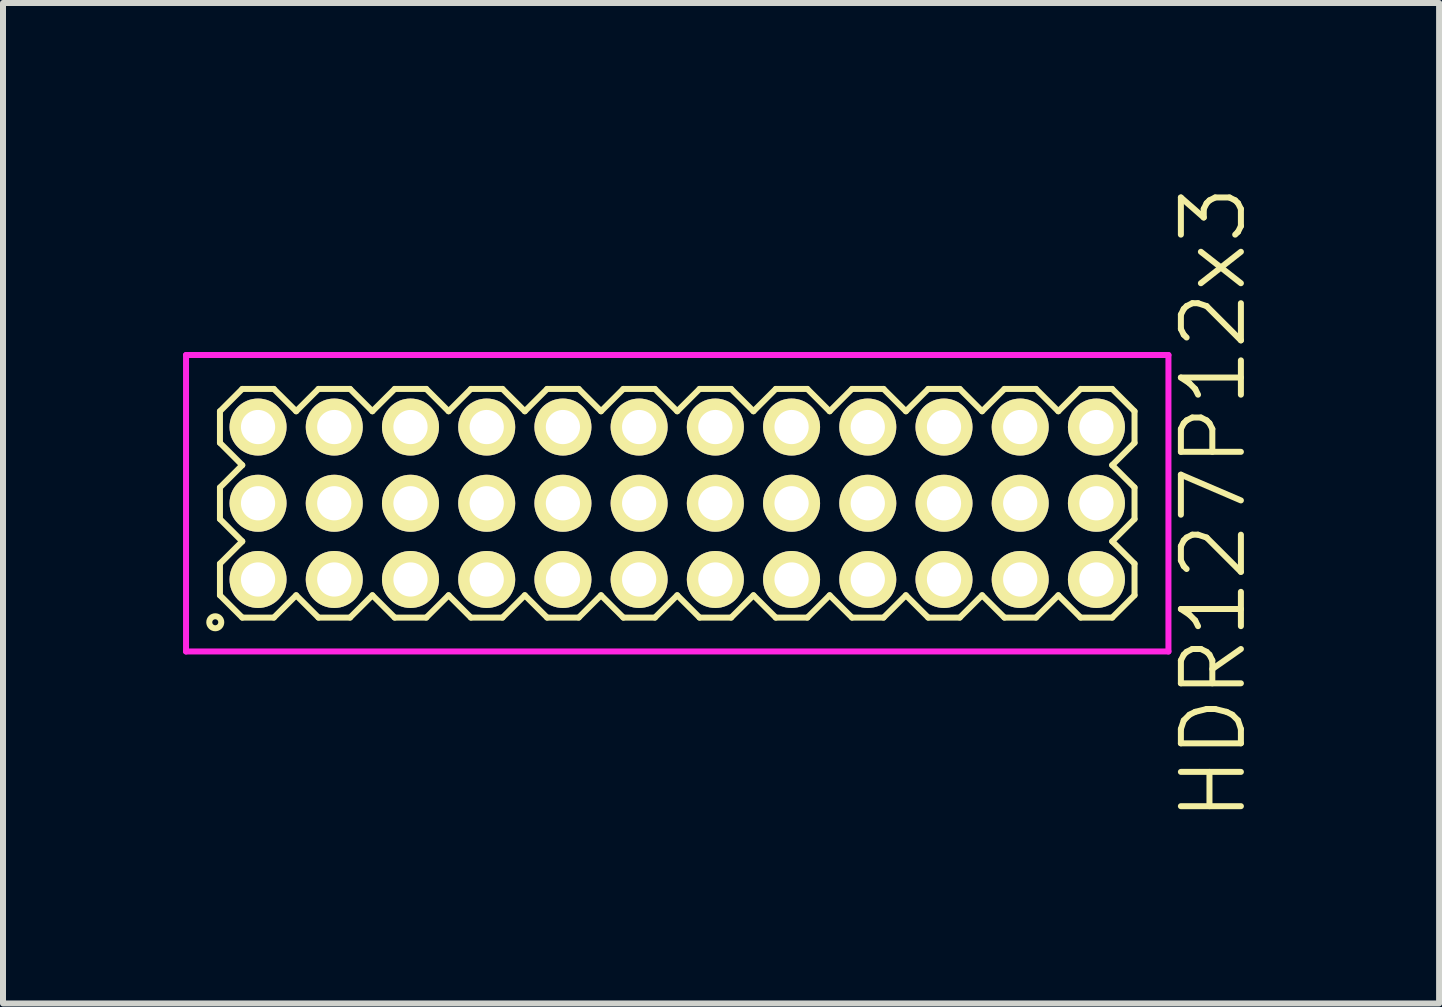
<source format=kicad_pcb>
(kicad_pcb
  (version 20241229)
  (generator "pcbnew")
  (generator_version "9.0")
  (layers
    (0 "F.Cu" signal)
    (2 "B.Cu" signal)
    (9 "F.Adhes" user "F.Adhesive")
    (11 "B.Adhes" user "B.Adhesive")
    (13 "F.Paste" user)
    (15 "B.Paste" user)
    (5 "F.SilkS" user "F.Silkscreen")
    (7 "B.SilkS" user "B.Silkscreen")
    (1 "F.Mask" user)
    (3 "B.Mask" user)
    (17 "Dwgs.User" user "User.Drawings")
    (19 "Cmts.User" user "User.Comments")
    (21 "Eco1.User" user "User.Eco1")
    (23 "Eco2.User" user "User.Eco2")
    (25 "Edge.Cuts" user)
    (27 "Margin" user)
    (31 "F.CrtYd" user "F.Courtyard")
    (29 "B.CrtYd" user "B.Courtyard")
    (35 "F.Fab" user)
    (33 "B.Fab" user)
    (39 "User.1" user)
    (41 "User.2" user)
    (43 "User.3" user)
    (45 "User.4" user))
  (footprint "HDR127P12x3"
    (layer "F.Cu")
    (at 8.235 5.336)
    (property "Reference" "HDR127P12x3" (at 8.935 0 90) (layer "F.SilkS") (effects (font (size 1 1) (thickness 0.1))))
    (attr through_hole)
    (fp_line (start -7.62 -1.533) (end -7.248 -1.905) (stroke (width 0.1) (type solid)) (layer "F.SilkS"))
    (fp_line (start -7.62 -1.007) (end -7.62 -1.533) (stroke (width 0.1) (type solid)) (layer "F.SilkS"))
    (fp_line (start -7.62 -0.263) (end -7.248 -0.635) (stroke (width 0.1) (type solid)) (layer "F.SilkS"))
    (fp_line (start -7.62 0.263) (end -7.62 -0.263) (stroke (width 0.1) (type solid)) (layer "F.SilkS"))
    (fp_line (start -7.62 1.007) (end -7.248 0.635) (stroke (width 0.1) (type solid)) (layer "F.SilkS"))
    (fp_line (start -7.62 1.533) (end -7.62 1.007) (stroke (width 0.1) (type solid)) (layer "F.SilkS"))
    (fp_line (start -7.248 -1.905) (end -6.722 -1.905) (stroke (width 0.1) (type solid)) (layer "F.SilkS"))
    (fp_line (start -7.248 -0.635) (end -7.62 -1.007) (stroke (width 0.1) (type solid)) (layer "F.SilkS"))
    (fp_line (start -7.248 0.635) (end -7.62 0.263) (stroke (width 0.1) (type solid)) (layer "F.SilkS"))
    (fp_line (start -7.248 1.905) (end -7.62 1.533) (stroke (width 0.1) (type solid)) (layer "F.SilkS"))
    (fp_line (start -6.722 -1.905) (end -6.35 -1.533) (stroke (width 0.1) (type solid)) (layer "F.SilkS"))
    (fp_line (start -6.722 1.905) (end -7.248 1.905) (stroke (width 0.1) (type solid)) (layer "F.SilkS"))
    (fp_line (start -6.35 -1.533) (end -5.978 -1.905) (stroke (width 0.1) (type solid)) (layer "F.SilkS"))
    (fp_line (start -6.35 1.533) (end -6.722 1.905) (stroke (width 0.1) (type solid)) (layer "F.SilkS"))
    (fp_line (start -5.978 -1.905) (end -5.452 -1.905) (stroke (width 0.1) (type solid)) (layer "F.SilkS"))
    (fp_line (start -5.978 1.905) (end -6.35 1.533) (stroke (width 0.1) (type solid)) (layer "F.SilkS"))
    (fp_line (start -5.452 -1.905) (end -5.08 -1.533) (stroke (width 0.1) (type solid)) (layer "F.SilkS"))
    (fp_line (start -5.452 1.905) (end -5.978 1.905) (stroke (width 0.1) (type solid)) (layer "F.SilkS"))
    (fp_line (start -5.08 -1.533) (end -4.708 -1.905) (stroke (width 0.1) (type solid)) (layer "F.SilkS"))
    (fp_line (start -5.08 1.533) (end -5.452 1.905) (stroke (width 0.1) (type solid)) (layer "F.SilkS"))
    (fp_line (start -4.708 -1.905) (end -4.182 -1.905) (stroke (width 0.1) (type solid)) (layer "F.SilkS"))
    (fp_line (start -4.708 1.905) (end -5.08 1.533) (stroke (width 0.1) (type solid)) (layer "F.SilkS"))
    (fp_line (start -4.182 -1.905) (end -3.81 -1.533) (stroke (width 0.1) (type solid)) (layer "F.SilkS"))
    (fp_line (start -4.182 1.905) (end -4.708 1.905) (stroke (width 0.1) (type solid)) (layer "F.SilkS"))
    (fp_line (start -3.81 -1.533) (end -3.438 -1.905) (stroke (width 0.1) (type solid)) (layer "F.SilkS"))
    (fp_line (start -3.81 1.533) (end -4.182 1.905) (stroke (width 0.1) (type solid)) (layer "F.SilkS"))
    (fp_line (start -3.438 -1.905) (end -2.912 -1.905) (stroke (width 0.1) (type solid)) (layer "F.SilkS"))
    (fp_line (start -3.438 1.905) (end -3.81 1.533) (stroke (width 0.1) (type solid)) (layer "F.SilkS"))
    (fp_line (start -2.912 -1.905) (end -2.54 -1.533) (stroke (width 0.1) (type solid)) (layer "F.SilkS"))
    (fp_line (start -2.912 1.905) (end -3.438 1.905) (stroke (width 0.1) (type solid)) (layer "F.SilkS"))
    (fp_line (start -2.54 -1.533) (end -2.168 -1.905) (stroke (width 0.1) (type solid)) (layer "F.SilkS"))
    (fp_line (start -2.54 1.533) (end -2.912 1.905) (stroke (width 0.1) (type solid)) (layer "F.SilkS"))
    (fp_line (start -2.168 -1.905) (end -1.642 -1.905) (stroke (width 0.1) (type solid)) (layer "F.SilkS"))
    (fp_line (start -2.168 1.905) (end -2.54 1.533) (stroke (width 0.1) (type solid)) (layer "F.SilkS"))
    (fp_line (start -1.642 -1.905) (end -1.27 -1.533) (stroke (width 0.1) (type solid)) (layer "F.SilkS"))
    (fp_line (start -1.642 1.905) (end -2.168 1.905) (stroke (width 0.1) (type solid)) (layer "F.SilkS"))
    (fp_line (start -1.27 -1.533) (end -0.898 -1.905) (stroke (width 0.1) (type solid)) (layer "F.SilkS"))
    (fp_line (start -1.27 1.533) (end -1.642 1.905) (stroke (width 0.1) (type solid)) (layer "F.SilkS"))
    (fp_line (start -0.898 -1.905) (end -0.372 -1.905) (stroke (width 0.1) (type solid)) (layer "F.SilkS"))
    (fp_line (start -0.898 1.905) (end -1.27 1.533) (stroke (width 0.1) (type solid)) (layer "F.SilkS"))
    (fp_line (start -0.372 -1.905) (end 0 -1.533) (stroke (width 0.1) (type solid)) (layer "F.SilkS"))
    (fp_line (start -0.372 1.905) (end -0.898 1.905) (stroke (width 0.1) (type solid)) (layer "F.SilkS"))
    (fp_line (start 0 -1.533) (end 0.372 -1.905) (stroke (width 0.1) (type solid)) (layer "F.SilkS"))
    (fp_line (start 0 1.533) (end -0.372 1.905) (stroke (width 0.1) (type solid)) (layer "F.SilkS"))
    (fp_line (start 0.372 -1.905) (end 0.898 -1.905) (stroke (width 0.1) (type solid)) (layer "F.SilkS"))
    (fp_line (start 0.372 1.905) (end 0 1.533) (stroke (width 0.1) (type solid)) (layer "F.SilkS"))
    (fp_line (start 0.898 -1.905) (end 1.27 -1.533) (stroke (width 0.1) (type solid)) (layer "F.SilkS"))
    (fp_line (start 0.898 1.905) (end 0.372 1.905) (stroke (width 0.1) (type solid)) (layer "F.SilkS"))
    (fp_line (start 1.27 -1.533) (end 1.642 -1.905) (stroke (width 0.1) (type solid)) (layer "F.SilkS"))
    (fp_line (start 1.27 1.533) (end 0.898 1.905) (stroke (width 0.1) (type solid)) (layer "F.SilkS"))
    (fp_line (start 1.642 -1.905) (end 2.168 -1.905) (stroke (width 0.1) (type solid)) (layer "F.SilkS"))
    (fp_line (start 1.642 1.905) (end 1.27 1.533) (stroke (width 0.1) (type solid)) (layer "F.SilkS"))
    (fp_line (start 2.168 -1.905) (end 2.54 -1.533) (stroke (width 0.1) (type solid)) (layer "F.SilkS"))
    (fp_line (start 2.168 1.905) (end 1.642 1.905) (stroke (width 0.1) (type solid)) (layer "F.SilkS"))
    (fp_line (start 2.54 -1.533) (end 2.912 -1.905) (stroke (width 0.1) (type solid)) (layer "F.SilkS"))
    (fp_line (start 2.54 1.533) (end 2.168 1.905) (stroke (width 0.1) (type solid)) (layer "F.SilkS"))
    (fp_line (start 2.912 -1.905) (end 3.438 -1.905) (stroke (width 0.1) (type solid)) (layer "F.SilkS"))
    (fp_line (start 2.912 1.905) (end 2.54 1.533) (stroke (width 0.1) (type solid)) (layer "F.SilkS"))
    (fp_line (start 3.438 -1.905) (end 3.81 -1.533) (stroke (width 0.1) (type solid)) (layer "F.SilkS"))
    (fp_line (start 3.438 1.905) (end 2.912 1.905) (stroke (width 0.1) (type solid)) (layer "F.SilkS"))
    (fp_line (start 3.81 -1.533) (end 4.182 -1.905) (stroke (width 0.1) (type solid)) (layer "F.SilkS"))
    (fp_line (start 3.81 1.533) (end 3.438 1.905) (stroke (width 0.1) (type solid)) (layer "F.SilkS"))
    (fp_line (start 4.182 -1.905) (end 4.708 -1.905) (stroke (width 0.1) (type solid)) (layer "F.SilkS"))
    (fp_line (start 4.182 1.905) (end 3.81 1.533) (stroke (width 0.1) (type solid)) (layer "F.SilkS"))
    (fp_line (start 4.708 -1.905) (end 5.08 -1.533) (stroke (width 0.1) (type solid)) (layer "F.SilkS"))
    (fp_line (start 4.708 1.905) (end 4.182 1.905) (stroke (width 0.1) (type solid)) (layer "F.SilkS"))
    (fp_line (start 5.08 -1.533) (end 5.452 -1.905) (stroke (width 0.1) (type solid)) (layer "F.SilkS"))
    (fp_line (start 5.08 1.533) (end 4.708 1.905) (stroke (width 0.1) (type solid)) (layer "F.SilkS"))
    (fp_line (start 5.452 -1.905) (end 5.978 -1.905) (stroke (width 0.1) (type solid)) (layer "F.SilkS"))
    (fp_line (start 5.452 1.905) (end 5.08 1.533) (stroke (width 0.1) (type solid)) (layer "F.SilkS"))
    (fp_line (start 5.978 -1.905) (end 6.35 -1.533) (stroke (width 0.1) (type solid)) (layer "F.SilkS"))
    (fp_line (start 5.978 1.905) (end 5.452 1.905) (stroke (width 0.1) (type solid)) (layer "F.SilkS"))
    (fp_line (start 6.35 -1.533) (end 6.722 -1.905) (stroke (width 0.1) (type solid)) (layer "F.SilkS"))
    (fp_line (start 6.35 1.533) (end 5.978 1.905) (stroke (width 0.1) (type solid)) (layer "F.SilkS"))
    (fp_line (start 6.722 -1.905) (end 7.248 -1.905) (stroke (width 0.1) (type solid)) (layer "F.SilkS"))
    (fp_line (start 6.722 1.905) (end 6.35 1.533) (stroke (width 0.1) (type solid)) (layer "F.SilkS"))
    (fp_line (start 7.248 -1.905) (end 7.62 -1.533) (stroke (width 0.1) (type solid)) (layer "F.SilkS"))
    (fp_line (start 7.248 -0.635) (end 7.62 -0.263) (stroke (width 0.1) (type solid)) (layer "F.SilkS"))
    (fp_line (start 7.248 0.635) (end 7.62 1.007) (stroke (width 0.1) (type solid)) (layer "F.SilkS"))
    (fp_line (start 7.248 1.905) (end 6.722 1.905) (stroke (width 0.1) (type solid)) (layer "F.SilkS"))
    (fp_line (start 7.62 -1.533) (end 7.62 -1.007) (stroke (width 0.1) (type solid)) (layer "F.SilkS"))
    (fp_line (start 7.62 -1.007) (end 7.248 -0.635) (stroke (width 0.1) (type solid)) (layer "F.SilkS"))
    (fp_line (start 7.62 -0.263) (end 7.62 0.263) (stroke (width 0.1) (type solid)) (layer "F.SilkS"))
    (fp_line (start 7.62 0.263) (end 7.248 0.635) (stroke (width 0.1) (type solid)) (layer "F.SilkS"))
    (fp_line (start 7.62 1.007) (end 7.62 1.533) (stroke (width 0.1) (type solid)) (layer "F.SilkS"))
    (fp_line (start 7.62 1.533) (end 7.248 1.905) (stroke (width 0.1) (type solid)) (layer "F.SilkS"))
    (fp_circle (center -7.698 1.983) (end -7.598 1.983) (stroke (width 0.1) (type solid)) (fill no) (layer "F.SilkS"))
    (fp_line (start -8.185 -2.47) (end -8.185 2.47) (stroke (width 0.1) (type solid)) (layer "F.CrtYd"))
    (fp_line (start -8.185 2.47) (end 8.185 2.47) (stroke (width 0.1) (type solid)) (layer "F.CrtYd"))
    (fp_line (start 8.185 -2.47) (end -8.185 -2.47) (stroke (width 0.1) (type solid)) (layer "F.CrtYd"))
    (fp_line (start 8.185 2.47) (end 8.185 -2.47) (stroke (width 0.1) (type solid)) (layer "F.CrtYd"))
    (pad "1" thru_hole oval (at -6.985 1.27) (size 0.95 0.95) (drill 0.57) (layers "*.Cu" "*.Mask" "F.SilkS"))
    (pad "2" thru_hole oval (at -6.985 0) (size 0.95 0.95) (drill 0.57) (layers "*.Cu" "*.Mask" "F.SilkS"))
    (pad "3" thru_hole oval (at -6.985 -1.27) (size 0.95 0.95) (drill 0.57) (layers "*.Cu" "*.Mask" "F.SilkS"))
    (pad "4" thru_hole oval (at -5.715 1.27) (size 0.95 0.95) (drill 0.57) (layers "*.Cu" "*.Mask" "F.SilkS"))
    (pad "5" thru_hole oval (at -5.715 0) (size 0.95 0.95) (drill 0.57) (layers "*.Cu" "*.Mask" "F.SilkS"))
    (pad "6" thru_hole oval (at -5.715 -1.27) (size 0.95 0.95) (drill 0.57) (layers "*.Cu" "*.Mask" "F.SilkS"))
    (pad "7" thru_hole oval (at -4.445 1.27) (size 0.95 0.95) (drill 0.57) (layers "*.Cu" "*.Mask" "F.SilkS"))
    (pad "8" thru_hole oval (at -4.445 0) (size 0.95 0.95) (drill 0.57) (layers "*.Cu" "*.Mask" "F.SilkS"))
    (pad "9" thru_hole oval (at -4.445 -1.27) (size 0.95 0.95) (drill 0.57) (layers "*.Cu" "*.Mask" "F.SilkS"))
    (pad "10" thru_hole oval (at -3.175 1.27) (size 0.95 0.95) (drill 0.57) (layers "*.Cu" "*.Mask" "F.SilkS"))
    (pad "11" thru_hole oval (at -3.175 0) (size 0.95 0.95) (drill 0.57) (layers "*.Cu" "*.Mask" "F.SilkS"))
    (pad "12" thru_hole oval (at -3.175 -1.27) (size 0.95 0.95) (drill 0.57) (layers "*.Cu" "*.Mask" "F.SilkS"))
    (pad "13" thru_hole oval (at -1.905 1.27) (size 0.95 0.95) (drill 0.57) (layers "*.Cu" "*.Mask" "F.SilkS"))
    (pad "14" thru_hole oval (at -1.905 0) (size 0.95 0.95) (drill 0.57) (layers "*.Cu" "*.Mask" "F.SilkS"))
    (pad "15" thru_hole oval (at -1.905 -1.27) (size 0.95 0.95) (drill 0.57) (layers "*.Cu" "*.Mask" "F.SilkS"))
    (pad "16" thru_hole oval (at -0.635 1.27) (size 0.95 0.95) (drill 0.57) (layers "*.Cu" "*.Mask" "F.SilkS"))
    (pad "17" thru_hole oval (at -0.635 0) (size 0.95 0.95) (drill 0.57) (layers "*.Cu" "*.Mask" "F.SilkS"))
    (pad "18" thru_hole oval (at -0.635 -1.27) (size 0.95 0.95) (drill 0.57) (layers "*.Cu" "*.Mask" "F.SilkS"))
    (pad "19" thru_hole oval (at 0.635 1.27) (size 0.95 0.95) (drill 0.57) (layers "*.Cu" "*.Mask" "F.SilkS"))
    (pad "20" thru_hole oval (at 0.635 0) (size 0.95 0.95) (drill 0.57) (layers "*.Cu" "*.Mask" "F.SilkS"))
    (pad "21" thru_hole oval (at 0.635 -1.27) (size 0.95 0.95) (drill 0.57) (layers "*.Cu" "*.Mask" "F.SilkS"))
    (pad "22" thru_hole oval (at 1.905 1.27) (size 0.95 0.95) (drill 0.57) (layers "*.Cu" "*.Mask" "F.SilkS"))
    (pad "23" thru_hole oval (at 1.905 0) (size 0.95 0.95) (drill 0.57) (layers "*.Cu" "*.Mask" "F.SilkS"))
    (pad "24" thru_hole oval (at 1.905 -1.27) (size 0.95 0.95) (drill 0.57) (layers "*.Cu" "*.Mask" "F.SilkS"))
    (pad "25" thru_hole oval (at 3.175 1.27) (size 0.95 0.95) (drill 0.57) (layers "*.Cu" "*.Mask" "F.SilkS"))
    (pad "26" thru_hole oval (at 3.175 0) (size 0.95 0.95) (drill 0.57) (layers "*.Cu" "*.Mask" "F.SilkS"))
    (pad "27" thru_hole oval (at 3.175 -1.27) (size 0.95 0.95) (drill 0.57) (layers "*.Cu" "*.Mask" "F.SilkS"))
    (pad "28" thru_hole oval (at 4.445 1.27) (size 0.95 0.95) (drill 0.57) (layers "*.Cu" "*.Mask" "F.SilkS"))
    (pad "29" thru_hole oval (at 4.445 0) (size 0.95 0.95) (drill 0.57) (layers "*.Cu" "*.Mask" "F.SilkS"))
    (pad "30" thru_hole oval (at 4.445 -1.27) (size 0.95 0.95) (drill 0.57) (layers "*.Cu" "*.Mask" "F.SilkS"))
    (pad "31" thru_hole oval (at 5.715 1.27) (size 0.95 0.95) (drill 0.57) (layers "*.Cu" "*.Mask" "F.SilkS"))
    (pad "32" thru_hole oval (at 5.715 0) (size 0.95 0.95) (drill 0.57) (layers "*.Cu" "*.Mask" "F.SilkS"))
    (pad "33" thru_hole oval (at 5.715 -1.27) (size 0.95 0.95) (drill 0.57) (layers "*.Cu" "*.Mask" "F.SilkS"))
    (pad "34" thru_hole oval (at 6.985 1.27) (size 0.95 0.95) (drill 0.57) (layers "*.Cu" "*.Mask" "F.SilkS"))
    (pad "35" thru_hole oval (at 6.985 0) (size 0.95 0.95) (drill 0.57) (layers "*.Cu" "*.Mask" "F.SilkS"))
    (pad "36" thru_hole oval (at 6.985 -1.27) (size 0.95 0.95) (drill 0.57) (layers "*.Cu" "*.Mask" "F.SilkS")))
  (gr_rect
    (start -3 -3)
    (end 20.93 13.671)
    (stroke (width 0.1) (type default))
    (fill no)
    (layer "Edge.Cuts")))
</source>
